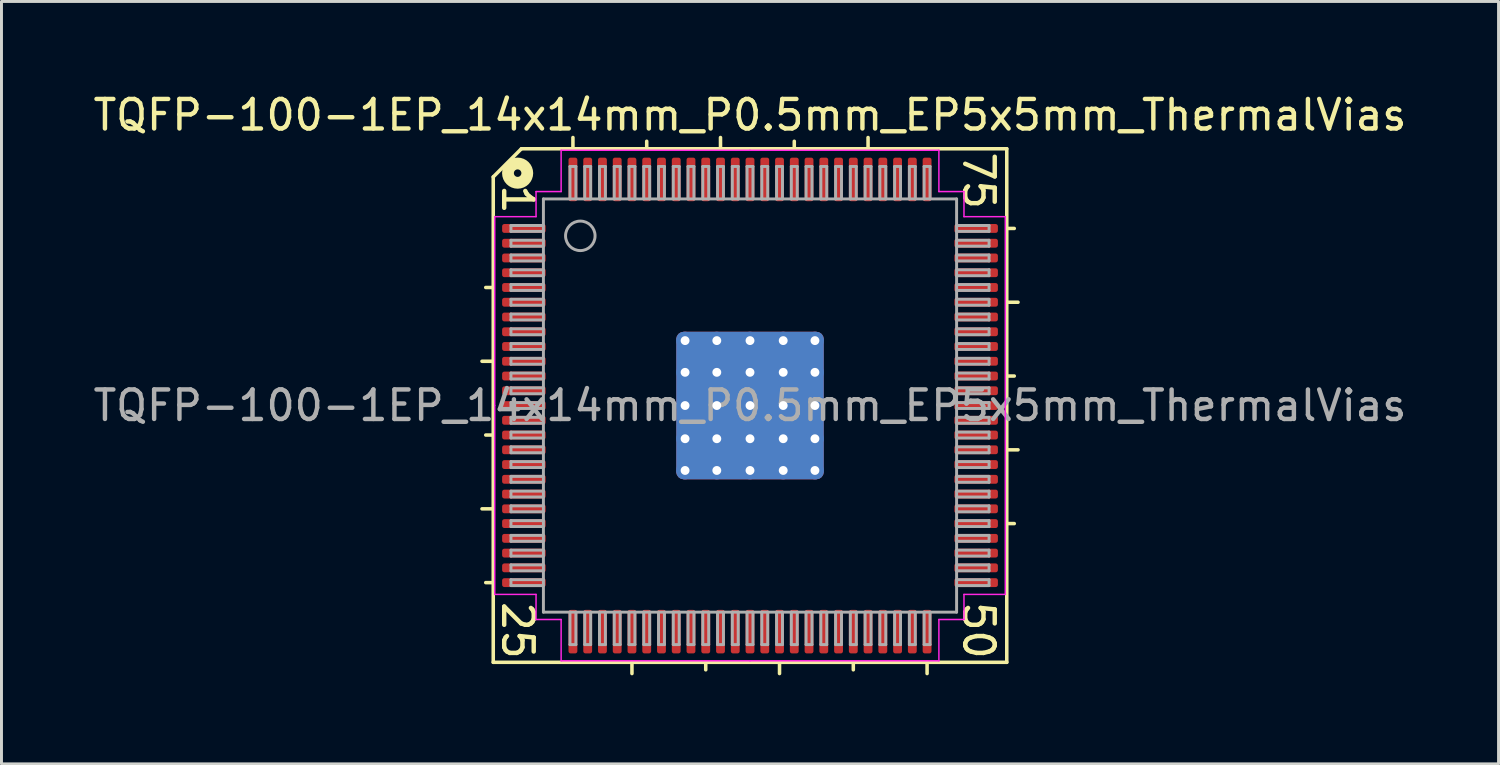
<source format=kicad_pcb>
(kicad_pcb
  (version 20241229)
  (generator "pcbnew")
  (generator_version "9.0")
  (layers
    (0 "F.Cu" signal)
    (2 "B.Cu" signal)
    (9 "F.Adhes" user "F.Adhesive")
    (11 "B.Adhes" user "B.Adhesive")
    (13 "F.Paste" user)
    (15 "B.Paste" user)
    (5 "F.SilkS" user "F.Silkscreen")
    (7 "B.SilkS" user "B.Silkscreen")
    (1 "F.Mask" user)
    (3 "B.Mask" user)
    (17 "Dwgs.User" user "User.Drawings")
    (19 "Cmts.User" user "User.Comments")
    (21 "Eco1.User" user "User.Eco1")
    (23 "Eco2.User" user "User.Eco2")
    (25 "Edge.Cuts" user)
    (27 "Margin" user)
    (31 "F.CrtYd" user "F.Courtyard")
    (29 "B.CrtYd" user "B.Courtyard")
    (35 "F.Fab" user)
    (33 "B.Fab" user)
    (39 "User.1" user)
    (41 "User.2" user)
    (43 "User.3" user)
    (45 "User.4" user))
  (footprint "TQFP-100-1EP_14x14mm_P0.5mm_EP5x5mm_ThermalVias"
    (layer "F.Cu")
    (at 22.363 10.691)
    (property "Reference" "TQFP-100-1EP_14x14mm_P0.5mm_EP5x5mm_ThermalVias" (at 0 -9.843 0) (layer "F.SilkS") (effects (font (size 1 1) (thickness 0.15))))
    (attr smd)
    (fp_line (start -8.7 -7.747) (end -8.7 8.7) (stroke (width 0.12) (type solid)) (layer "F.SilkS"))
    (fp_line (start -8.7 -4) (end -8.954 -4) (stroke (width 0.12) (type solid)) (layer "F.SilkS"))
    (fp_line (start -8.7 -1.5) (end -9.081 -1.5) (stroke (width 0.12) (type solid)) (layer "F.SilkS"))
    (fp_line (start -8.7 1) (end -8.954 1) (stroke (width 0.12) (type solid)) (layer "F.SilkS"))
    (fp_line (start -8.7 3.5) (end -9.081 3.5) (stroke (width 0.12) (type solid)) (layer "F.SilkS"))
    (fp_line (start -8.7 6) (end -8.954 6) (stroke (width 0.12) (type solid)) (layer "F.SilkS"))
    (fp_line (start -8.7 8.7) (end 8.7 8.7) (stroke (width 0.12) (type solid)) (layer "F.SilkS"))
    (fp_line (start -7.747 -8.7) (end -8.7 -7.747) (stroke (width 0.12) (type solid)) (layer "F.SilkS"))
    (fp_line (start -6 -8.7) (end -6 -9.081) (stroke (width 0.12) (type solid)) (layer "F.SilkS"))
    (fp_line (start -4 8.7) (end -4 9.081) (stroke (width 0.12) (type solid)) (layer "F.SilkS"))
    (fp_line (start -3.5 -8.7) (end -3.5 -8.954) (stroke (width 0.12) (type solid)) (layer "F.SilkS"))
    (fp_line (start -1.5 8.7) (end -1.5 8.954) (stroke (width 0.12) (type solid)) (layer "F.SilkS"))
    (fp_line (start -1 -8.7) (end -1 -9.081) (stroke (width 0.12) (type solid)) (layer "F.SilkS"))
    (fp_line (start 1 8.7) (end 1 9.081) (stroke (width 0.12) (type solid)) (layer "F.SilkS"))
    (fp_line (start 1.5 -8.7) (end 1.5 -8.954) (stroke (width 0.12) (type solid)) (layer "F.SilkS"))
    (fp_line (start 3.5 8.7) (end 3.5 8.954) (stroke (width 0.12) (type solid)) (layer "F.SilkS"))
    (fp_line (start 4 -8.7) (end 4 -9.081) (stroke (width 0.12) (type solid)) (layer "F.SilkS"))
    (fp_line (start 6 8.7) (end 6 9.081) (stroke (width 0.12) (type solid)) (layer "F.SilkS"))
    (fp_line (start 8.7 -8.7) (end -7.747 -8.7) (stroke (width 0.12) (type solid)) (layer "F.SilkS"))
    (fp_line (start 8.7 -6) (end 8.954 -6) (stroke (width 0.12) (type solid)) (layer "F.SilkS"))
    (fp_line (start 8.7 -3.5) (end 9.081 -3.5) (stroke (width 0.12) (type solid)) (layer "F.SilkS"))
    (fp_line (start 8.7 -1) (end 8.954 -1) (stroke (width 0.12) (type solid)) (layer "F.SilkS"))
    (fp_line (start 8.7 1.5) (end 9.081 1.5) (stroke (width 0.12) (type solid)) (layer "F.SilkS"))
    (fp_line (start 8.7 4) (end 8.954 4) (stroke (width 0.12) (type solid)) (layer "F.SilkS"))
    (fp_line (start 8.7 8.7) (end 8.7 -8.7) (stroke (width 0.12) (type solid)) (layer "F.SilkS"))
    (fp_circle (center -7.874 -7.874) (end -7.747 -7.874) (stroke (width 0.4) (type solid)) (fill no) (layer "F.SilkS"))
    (fp_line (start -8.65 -6.4) (end -8.65 0) (stroke (width 0.05) (type solid)) (layer "F.CrtYd"))
    (fp_line (start -8.65 6.4) (end -8.65 0) (stroke (width 0.05) (type solid)) (layer "F.CrtYd"))
    (fp_line (start -7.25 -7.25) (end -7.25 -6.4) (stroke (width 0.05) (type solid)) (layer "F.CrtYd"))
    (fp_line (start -7.25 -6.4) (end -8.65 -6.4) (stroke (width 0.05) (type solid)) (layer "F.CrtYd"))
    (fp_line (start -7.25 6.4) (end -8.65 6.4) (stroke (width 0.05) (type solid)) (layer "F.CrtYd"))
    (fp_line (start -7.25 7.25) (end -7.25 6.4) (stroke (width 0.05) (type solid)) (layer "F.CrtYd"))
    (fp_line (start -6.4 -8.65) (end -6.4 -7.25) (stroke (width 0.05) (type solid)) (layer "F.CrtYd"))
    (fp_line (start -6.4 -7.25) (end -7.25 -7.25) (stroke (width 0.05) (type solid)) (layer "F.CrtYd"))
    (fp_line (start -6.4 7.25) (end -7.25 7.25) (stroke (width 0.05) (type solid)) (layer "F.CrtYd"))
    (fp_line (start -6.4 8.65) (end -6.4 7.25) (stroke (width 0.05) (type solid)) (layer "F.CrtYd"))
    (fp_line (start 0 -8.65) (end -6.4 -8.65) (stroke (width 0.05) (type solid)) (layer "F.CrtYd"))
    (fp_line (start 0 -8.65) (end 6.4 -8.65) (stroke (width 0.05) (type solid)) (layer "F.CrtYd"))
    (fp_line (start 0 8.65) (end -6.4 8.65) (stroke (width 0.05) (type solid)) (layer "F.CrtYd"))
    (fp_line (start 0 8.65) (end 6.4 8.65) (stroke (width 0.05) (type solid)) (layer "F.CrtYd"))
    (fp_line (start 6.4 -8.65) (end 6.4 -7.25) (stroke (width 0.05) (type solid)) (layer "F.CrtYd"))
    (fp_line (start 6.4 -7.25) (end 7.25 -7.25) (stroke (width 0.05) (type solid)) (layer "F.CrtYd"))
    (fp_line (start 6.4 7.25) (end 7.25 7.25) (stroke (width 0.05) (type solid)) (layer "F.CrtYd"))
    (fp_line (start 6.4 8.65) (end 6.4 7.25) (stroke (width 0.05) (type solid)) (layer "F.CrtYd"))
    (fp_line (start 7.25 -7.25) (end 7.25 -6.4) (stroke (width 0.05) (type solid)) (layer "F.CrtYd"))
    (fp_line (start 7.25 -6.4) (end 8.65 -6.4) (stroke (width 0.05) (type solid)) (layer "F.CrtYd"))
    (fp_line (start 7.25 6.4) (end 8.65 6.4) (stroke (width 0.05) (type solid)) (layer "F.CrtYd"))
    (fp_line (start 7.25 7.25) (end 7.25 6.4) (stroke (width 0.05) (type solid)) (layer "F.CrtYd"))
    (fp_line (start 8.65 -6.4) (end 8.65 0) (stroke (width 0.05) (type solid)) (layer "F.CrtYd"))
    (fp_line (start 8.65 6.4) (end 8.65 0) (stroke (width 0.05) (type solid)) (layer "F.CrtYd"))
    (fp_line (start -8.1 -6.1) (end -8.1 -5.9) (stroke (width 0.1) (type solid)) (layer "F.Fab"))
    (fp_line (start -8.1 -6.1) (end -7 -6.1) (stroke (width 0.1) (type solid)) (layer "F.Fab"))
    (fp_line (start -8.1 -5.9) (end -7 -5.9) (stroke (width 0.1) (type solid)) (layer "F.Fab"))
    (fp_line (start -8.1 -5.6) (end -8.1 -5.4) (stroke (width 0.1) (type solid)) (layer "F.Fab"))
    (fp_line (start -8.1 -5.6) (end -7 -5.6) (stroke (width 0.1) (type solid)) (layer "F.Fab"))
    (fp_line (start -8.1 -5.4) (end -7 -5.4) (stroke (width 0.1) (type solid)) (layer "F.Fab"))
    (fp_line (start -8.1 -5.1) (end -8.1 -4.9) (stroke (width 0.1) (type solid)) (layer "F.Fab"))
    (fp_line (start -8.1 -5.1) (end -7 -5.1) (stroke (width 0.1) (type solid)) (layer "F.Fab"))
    (fp_line (start -8.1 -4.9) (end -7 -4.9) (stroke (width 0.1) (type solid)) (layer "F.Fab"))
    (fp_line (start -8.1 -4.6) (end -8.1 -4.4) (stroke (width 0.1) (type solid)) (layer "F.Fab"))
    (fp_line (start -8.1 -4.6) (end -7 -4.6) (stroke (width 0.1) (type solid)) (layer "F.Fab"))
    (fp_line (start -8.1 -4.4) (end -7 -4.4) (stroke (width 0.1) (type solid)) (layer "F.Fab"))
    (fp_line (start -8.1 -4.1) (end -8.1 -3.9) (stroke (width 0.1) (type solid)) (layer "F.Fab"))
    (fp_line (start -8.1 -4.1) (end -7 -4.1) (stroke (width 0.1) (type solid)) (layer "F.Fab"))
    (fp_line (start -8.1 -3.9) (end -7 -3.9) (stroke (width 0.1) (type solid)) (layer "F.Fab"))
    (fp_line (start -8.1 -3.6) (end -8.1 -3.4) (stroke (width 0.1) (type solid)) (layer "F.Fab"))
    (fp_line (start -8.1 -3.6) (end -7 -3.6) (stroke (width 0.1) (type solid)) (layer "F.Fab"))
    (fp_line (start -8.1 -3.4) (end -7 -3.4) (stroke (width 0.1) (type solid)) (layer "F.Fab"))
    (fp_line (start -8.1 -3.1) (end -8.1 -2.9) (stroke (width 0.1) (type solid)) (layer "F.Fab"))
    (fp_line (start -8.1 -3.1) (end -7 -3.1) (stroke (width 0.1) (type solid)) (layer "F.Fab"))
    (fp_line (start -8.1 -2.9) (end -7 -2.9) (stroke (width 0.1) (type solid)) (layer "F.Fab"))
    (fp_line (start -8.1 -2.6) (end -8.1 -2.4) (stroke (width 0.1) (type solid)) (layer "F.Fab"))
    (fp_line (start -8.1 -2.6) (end -7 -2.6) (stroke (width 0.1) (type solid)) (layer "F.Fab"))
    (fp_line (start -8.1 -2.4) (end -7 -2.4) (stroke (width 0.1) (type solid)) (layer "F.Fab"))
    (fp_line (start -8.1 -2.1) (end -8.1 -1.9) (stroke (width 0.1) (type solid)) (layer "F.Fab"))
    (fp_line (start -8.1 -2.1) (end -7 -2.1) (stroke (width 0.1) (type solid)) (layer "F.Fab"))
    (fp_line (start -8.1 -1.9) (end -7 -1.9) (stroke (width 0.1) (type solid)) (layer "F.Fab"))
    (fp_line (start -8.1 -1.6) (end -8.1 -1.4) (stroke (width 0.1) (type solid)) (layer "F.Fab"))
    (fp_line (start -8.1 -1.6) (end -7 -1.6) (stroke (width 0.1) (type solid)) (layer "F.Fab"))
    (fp_line (start -8.1 -1.4) (end -7 -1.4) (stroke (width 0.1) (type solid)) (layer "F.Fab"))
    (fp_line (start -8.1 -1.1) (end -8.1 -0.9) (stroke (width 0.1) (type solid)) (layer "F.Fab"))
    (fp_line (start -8.1 -1.1) (end -7 -1.1) (stroke (width 0.1) (type solid)) (layer "F.Fab"))
    (fp_line (start -8.1 -0.9) (end -7 -0.9) (stroke (width 0.1) (type solid)) (layer "F.Fab"))
    (fp_line (start -8.1 -0.6) (end -8.1 -0.4) (stroke (width 0.1) (type solid)) (layer "F.Fab"))
    (fp_line (start -8.1 -0.6) (end -7 -0.6) (stroke (width 0.1) (type solid)) (layer "F.Fab"))
    (fp_line (start -8.1 -0.4) (end -7 -0.4) (stroke (width 0.1) (type solid)) (layer "F.Fab"))
    (fp_line (start -8.1 -0.1) (end -8.1 0.1) (stroke (width 0.1) (type solid)) (layer "F.Fab"))
    (fp_line (start -8.1 -0.1) (end -7 -0.1) (stroke (width 0.1) (type solid)) (layer "F.Fab"))
    (fp_line (start -8.1 0.1) (end -7 0.1) (stroke (width 0.1) (type solid)) (layer "F.Fab"))
    (fp_line (start -8.1 0.4) (end -8.1 0.6) (stroke (width 0.1) (type solid)) (layer "F.Fab"))
    (fp_line (start -8.1 0.4) (end -7 0.4) (stroke (width 0.1) (type solid)) (layer "F.Fab"))
    (fp_line (start -8.1 0.6) (end -7 0.6) (stroke (width 0.1) (type solid)) (layer "F.Fab"))
    (fp_line (start -8.1 0.9) (end -8.1 1.1) (stroke (width 0.1) (type solid)) (layer "F.Fab"))
    (fp_line (start -8.1 0.9) (end -7 0.9) (stroke (width 0.1) (type solid)) (layer "F.Fab"))
    (fp_line (start -8.1 1.1) (end -7 1.1) (stroke (width 0.1) (type solid)) (layer "F.Fab"))
    (fp_line (start -8.1 1.4) (end -8.1 1.6) (stroke (width 0.1) (type solid)) (layer "F.Fab"))
    (fp_line (start -8.1 1.4) (end -7 1.4) (stroke (width 0.1) (type solid)) (layer "F.Fab"))
    (fp_line (start -8.1 1.6) (end -7 1.6) (stroke (width 0.1) (type solid)) (layer "F.Fab"))
    (fp_line (start -8.1 1.9) (end -8.1 2.1) (stroke (width 0.1) (type solid)) (layer "F.Fab"))
    (fp_line (start -8.1 1.9) (end -7 1.9) (stroke (width 0.1) (type solid)) (layer "F.Fab"))
    (fp_line (start -8.1 2.1) (end -7 2.1) (stroke (width 0.1) (type solid)) (layer "F.Fab"))
    (fp_line (start -8.1 2.4) (end -8.1 2.6) (stroke (width 0.1) (type solid)) (layer "F.Fab"))
    (fp_line (start -8.1 2.4) (end -7 2.4) (stroke (width 0.1) (type solid)) (layer "F.Fab"))
    (fp_line (start -8.1 2.6) (end -7 2.6) (stroke (width 0.1) (type solid)) (layer "F.Fab"))
    (fp_line (start -8.1 2.9) (end -8.1 3.1) (stroke (width 0.1) (type solid)) (layer "F.Fab"))
    (fp_line (start -8.1 2.9) (end -7 2.9) (stroke (width 0.1) (type solid)) (layer "F.Fab"))
    (fp_line (start -8.1 3.1) (end -7 3.1) (stroke (width 0.1) (type solid)) (layer "F.Fab"))
    (fp_line (start -8.1 3.4) (end -8.1 3.6) (stroke (width 0.1) (type solid)) (layer "F.Fab"))
    (fp_line (start -8.1 3.4) (end -7 3.4) (stroke (width 0.1) (type solid)) (layer "F.Fab"))
    (fp_line (start -8.1 3.6) (end -7 3.6) (stroke (width 0.1) (type solid)) (layer "F.Fab"))
    (fp_line (start -8.1 3.9) (end -8.1 4.1) (stroke (width 0.1) (type solid)) (layer "F.Fab"))
    (fp_line (start -8.1 3.9) (end -7 3.9) (stroke (width 0.1) (type solid)) (layer "F.Fab"))
    (fp_line (start -8.1 4.1) (end -7 4.1) (stroke (width 0.1) (type solid)) (layer "F.Fab"))
    (fp_line (start -8.1 4.4) (end -8.1 4.6) (stroke (width 0.1) (type solid)) (layer "F.Fab"))
    (fp_line (start -8.1 4.4) (end -7 4.4) (stroke (width 0.1) (type solid)) (layer "F.Fab"))
    (fp_line (start -8.1 4.6) (end -7 4.6) (stroke (width 0.1) (type solid)) (layer "F.Fab"))
    (fp_line (start -8.1 4.9) (end -8.1 5.1) (stroke (width 0.1) (type solid)) (layer "F.Fab"))
    (fp_line (start -8.1 4.9) (end -7 4.9) (stroke (width 0.1) (type solid)) (layer "F.Fab"))
    (fp_line (start -8.1 5.1) (end -7 5.1) (stroke (width 0.1) (type solid)) (layer "F.Fab"))
    (fp_line (start -8.1 5.4) (end -8.1 5.6) (stroke (width 0.1) (type solid)) (layer "F.Fab"))
    (fp_line (start -8.1 5.4) (end -7 5.4) (stroke (width 0.1) (type solid)) (layer "F.Fab"))
    (fp_line (start -8.1 5.6) (end -7 5.6) (stroke (width 0.1) (type solid)) (layer "F.Fab"))
    (fp_line (start -8.1 5.9) (end -8.1 6.1) (stroke (width 0.1) (type solid)) (layer "F.Fab"))
    (fp_line (start -8.1 5.9) (end -7 5.9) (stroke (width 0.1) (type solid)) (layer "F.Fab"))
    (fp_line (start -8.1 6.1) (end -7 6.1) (stroke (width 0.1) (type solid)) (layer "F.Fab"))
    (fp_line (start -7 -7) (end 7 -7) (stroke (width 0.1) (type solid)) (layer "F.Fab"))
    (fp_line (start -7 7) (end -7 -7) (stroke (width 0.1) (type solid)) (layer "F.Fab"))
    (fp_line (start -6.1 -8.1) (end -6.1 -7) (stroke (width 0.1) (type solid)) (layer "F.Fab"))
    (fp_line (start -6.1 8.1) (end -6.1 7) (stroke (width 0.1) (type solid)) (layer "F.Fab"))
    (fp_line (start -6.1 8.1) (end -5.9 8.1) (stroke (width 0.1) (type solid)) (layer "F.Fab"))
    (fp_line (start -5.9 -8.1) (end -6.1 -8.1) (stroke (width 0.1) (type solid)) (layer "F.Fab"))
    (fp_line (start -5.9 -8.1) (end -5.9 -7) (stroke (width 0.1) (type solid)) (layer "F.Fab"))
    (fp_line (start -5.9 8.1) (end -5.9 7) (stroke (width 0.1) (type solid)) (layer "F.Fab"))
    (fp_line (start -5.6 -8.1) (end -5.6 -7) (stroke (width 0.1) (type solid)) (layer "F.Fab"))
    (fp_line (start -5.6 8.1) (end -5.6 7) (stroke (width 0.1) (type solid)) (layer "F.Fab"))
    (fp_line (start -5.6 8.1) (end -5.4 8.1) (stroke (width 0.1) (type solid)) (layer "F.Fab"))
    (fp_line (start -5.4 -8.1) (end -5.6 -8.1) (stroke (width 0.1) (type solid)) (layer "F.Fab"))
    (fp_line (start -5.4 -8.1) (end -5.4 -7) (stroke (width 0.1) (type solid)) (layer "F.Fab"))
    (fp_line (start -5.4 8.1) (end -5.4 7) (stroke (width 0.1) (type solid)) (layer "F.Fab"))
    (fp_line (start -5.1 -8.1) (end -5.1 -7) (stroke (width 0.1) (type solid)) (layer "F.Fab"))
    (fp_line (start -5.1 8.1) (end -5.1 7) (stroke (width 0.1) (type solid)) (layer "F.Fab"))
    (fp_line (start -5.1 8.1) (end -4.9 8.1) (stroke (width 0.1) (type solid)) (layer "F.Fab"))
    (fp_line (start -4.9 -8.1) (end -5.1 -8.1) (stroke (width 0.1) (type solid)) (layer "F.Fab"))
    (fp_line (start -4.9 -8.1) (end -4.9 -7) (stroke (width 0.1) (type solid)) (layer "F.Fab"))
    (fp_line (start -4.9 8.1) (end -4.9 7) (stroke (width 0.1) (type solid)) (layer "F.Fab"))
    (fp_line (start -4.6 -8.1) (end -4.6 -7) (stroke (width 0.1) (type solid)) (layer "F.Fab"))
    (fp_line (start -4.6 8.1) (end -4.6 7) (stroke (width 0.1) (type solid)) (layer "F.Fab"))
    (fp_line (start -4.6 8.1) (end -4.4 8.1) (stroke (width 0.1) (type solid)) (layer "F.Fab"))
    (fp_line (start -4.4 -8.1) (end -4.6 -8.1) (stroke (width 0.1) (type solid)) (layer "F.Fab"))
    (fp_line (start -4.4 -8.1) (end -4.4 -7) (stroke (width 0.1) (type solid)) (layer "F.Fab"))
    (fp_line (start -4.4 8.1) (end -4.4 7) (stroke (width 0.1) (type solid)) (layer "F.Fab"))
    (fp_line (start -4.1 -8.1) (end -4.1 -7) (stroke (width 0.1) (type solid)) (layer "F.Fab"))
    (fp_line (start -4.1 8.1) (end -4.1 7) (stroke (width 0.1) (type solid)) (layer "F.Fab"))
    (fp_line (start -4.1 8.1) (end -3.9 8.1) (stroke (width 0.1) (type solid)) (layer "F.Fab"))
    (fp_line (start -3.9 -8.1) (end -4.1 -8.1) (stroke (width 0.1) (type solid)) (layer "F.Fab"))
    (fp_line (start -3.9 -8.1) (end -3.9 -7) (stroke (width 0.1) (type solid)) (layer "F.Fab"))
    (fp_line (start -3.9 8.1) (end -3.9 7) (stroke (width 0.1) (type solid)) (layer "F.Fab"))
    (fp_line (start -3.6 -8.1) (end -3.6 -7) (stroke (width 0.1) (type solid)) (layer "F.Fab"))
    (fp_line (start -3.6 8.1) (end -3.6 7) (stroke (width 0.1) (type solid)) (layer "F.Fab"))
    (fp_line (start -3.6 8.1) (end -3.4 8.1) (stroke (width 0.1) (type solid)) (layer "F.Fab"))
    (fp_line (start -3.4 -8.1) (end -3.6 -8.1) (stroke (width 0.1) (type solid)) (layer "F.Fab"))
    (fp_line (start -3.4 -8.1) (end -3.4 -7) (stroke (width 0.1) (type solid)) (layer "F.Fab"))
    (fp_line (start -3.4 8.1) (end -3.4 7) (stroke (width 0.1) (type solid)) (layer "F.Fab"))
    (fp_line (start -3.1 -8.1) (end -3.1 -7) (stroke (width 0.1) (type solid)) (layer "F.Fab"))
    (fp_line (start -3.1 8.1) (end -3.1 7) (stroke (width 0.1) (type solid)) (layer "F.Fab"))
    (fp_line (start -3.1 8.1) (end -2.9 8.1) (stroke (width 0.1) (type solid)) (layer "F.Fab"))
    (fp_line (start -2.9 -8.1) (end -3.1 -8.1) (stroke (width 0.1) (type solid)) (layer "F.Fab"))
    (fp_line (start -2.9 -8.1) (end -2.9 -7) (stroke (width 0.1) (type solid)) (layer "F.Fab"))
    (fp_line (start -2.9 8.1) (end -2.9 7) (stroke (width 0.1) (type solid)) (layer "F.Fab"))
    (fp_line (start -2.6 -8.1) (end -2.6 -7) (stroke (width 0.1) (type solid)) (layer "F.Fab"))
    (fp_line (start -2.6 8.1) (end -2.6 7) (stroke (width 0.1) (type solid)) (layer "F.Fab"))
    (fp_line (start -2.6 8.1) (end -2.4 8.1) (stroke (width 0.1) (type solid)) (layer "F.Fab"))
    (fp_line (start -2.4 -8.1) (end -2.6 -8.1) (stroke (width 0.1) (type solid)) (layer "F.Fab"))
    (fp_line (start -2.4 -8.1) (end -2.4 -7) (stroke (width 0.1) (type solid)) (layer "F.Fab"))
    (fp_line (start -2.4 8.1) (end -2.4 7) (stroke (width 0.1) (type solid)) (layer "F.Fab"))
    (fp_line (start -2.1 -8.1) (end -2.1 -7) (stroke (width 0.1) (type solid)) (layer "F.Fab"))
    (fp_line (start -2.1 8.1) (end -2.1 7) (stroke (width 0.1) (type solid)) (layer "F.Fab"))
    (fp_line (start -2.1 8.1) (end -1.9 8.1) (stroke (width 0.1) (type solid)) (layer "F.Fab"))
    (fp_line (start -1.9 -8.1) (end -2.1 -8.1) (stroke (width 0.1) (type solid)) (layer "F.Fab"))
    (fp_line (start -1.9 -8.1) (end -1.9 -7) (stroke (width 0.1) (type solid)) (layer "F.Fab"))
    (fp_line (start -1.9 8.1) (end -1.9 7) (stroke (width 0.1) (type solid)) (layer "F.Fab"))
    (fp_line (start -1.6 -8.1) (end -1.6 -7) (stroke (width 0.1) (type solid)) (layer "F.Fab"))
    (fp_line (start -1.6 8.1) (end -1.6 7) (stroke (width 0.1) (type solid)) (layer "F.Fab"))
    (fp_line (start -1.6 8.1) (end -1.4 8.1) (stroke (width 0.1) (type solid)) (layer "F.Fab"))
    (fp_line (start -1.4 -8.1) (end -1.6 -8.1) (stroke (width 0.1) (type solid)) (layer "F.Fab"))
    (fp_line (start -1.4 -8.1) (end -1.4 -7) (stroke (width 0.1) (type solid)) (layer "F.Fab"))
    (fp_line (start -1.4 8.1) (end -1.4 7) (stroke (width 0.1) (type solid)) (layer "F.Fab"))
    (fp_line (start -1.1 -8.1) (end -1.1 -7) (stroke (width 0.1) (type solid)) (layer "F.Fab"))
    (fp_line (start -1.1 8.1) (end -1.1 7) (stroke (width 0.1) (type solid)) (layer "F.Fab"))
    (fp_line (start -1.1 8.1) (end -0.9 8.1) (stroke (width 0.1) (type solid)) (layer "F.Fab"))
    (fp_line (start -0.9 -8.1) (end -1.1 -8.1) (stroke (width 0.1) (type solid)) (layer "F.Fab"))
    (fp_line (start -0.9 -8.1) (end -0.9 -7) (stroke (width 0.1) (type solid)) (layer "F.Fab"))
    (fp_line (start -0.9 8.1) (end -0.9 7) (stroke (width 0.1) (type solid)) (layer "F.Fab"))
    (fp_line (start -0.6 -8.1) (end -0.6 -7) (stroke (width 0.1) (type solid)) (layer "F.Fab"))
    (fp_line (start -0.6 8.1) (end -0.6 7) (stroke (width 0.1) (type solid)) (layer "F.Fab"))
    (fp_line (start -0.6 8.1) (end -0.4 8.1) (stroke (width 0.1) (type solid)) (layer "F.Fab"))
    (fp_line (start -0.4 -8.1) (end -0.6 -8.1) (stroke (width 0.1) (type solid)) (layer "F.Fab"))
    (fp_line (start -0.4 -8.1) (end -0.4 -7) (stroke (width 0.1) (type solid)) (layer "F.Fab"))
    (fp_line (start -0.4 8.1) (end -0.4 7) (stroke (width 0.1) (type solid)) (layer "F.Fab"))
    (fp_line (start -0.1 -8.1) (end -0.1 -7) (stroke (width 0.1) (type solid)) (layer "F.Fab"))
    (fp_line (start -0.1 8.1) (end -0.1 7) (stroke (width 0.1) (type solid)) (layer "F.Fab"))
    (fp_line (start -0.1 8.1) (end 0.1 8.1) (stroke (width 0.1) (type solid)) (layer "F.Fab"))
    (fp_line (start 0.1 -8.1) (end -0.1 -8.1) (stroke (width 0.1) (type solid)) (layer "F.Fab"))
    (fp_line (start 0.1 -8.1) (end 0.1 -7) (stroke (width 0.1) (type solid)) (layer "F.Fab"))
    (fp_line (start 0.1 8.1) (end 0.1 7) (stroke (width 0.1) (type solid)) (layer "F.Fab"))
    (fp_line (start 0.4 -8.1) (end 0.4 -7) (stroke (width 0.1) (type solid)) (layer "F.Fab"))
    (fp_line (start 0.4 8.1) (end 0.4 7) (stroke (width 0.1) (type solid)) (layer "F.Fab"))
    (fp_line (start 0.4 8.1) (end 0.6 8.1) (stroke (width 0.1) (type solid)) (layer "F.Fab"))
    (fp_line (start 0.6 -8.1) (end 0.4 -8.1) (stroke (width 0.1) (type solid)) (layer "F.Fab"))
    (fp_line (start 0.6 -8.1) (end 0.6 -7) (stroke (width 0.1) (type solid)) (layer "F.Fab"))
    (fp_line (start 0.6 8.1) (end 0.6 7) (stroke (width 0.1) (type solid)) (layer "F.Fab"))
    (fp_line (start 0.9 -8.1) (end 0.9 -7) (stroke (width 0.1) (type solid)) (layer "F.Fab"))
    (fp_line (start 0.9 8.1) (end 0.9 7) (stroke (width 0.1) (type solid)) (layer "F.Fab"))
    (fp_line (start 0.9 8.1) (end 1.1 8.1) (stroke (width 0.1) (type solid)) (layer "F.Fab"))
    (fp_line (start 1.1 -8.1) (end 0.9 -8.1) (stroke (width 0.1) (type solid)) (layer "F.Fab"))
    (fp_line (start 1.1 -8.1) (end 1.1 -7) (stroke (width 0.1) (type solid)) (layer "F.Fab"))
    (fp_line (start 1.1 8.1) (end 1.1 7) (stroke (width 0.1) (type solid)) (layer "F.Fab"))
    (fp_line (start 1.4 -8.1) (end 1.4 -7) (stroke (width 0.1) (type solid)) (layer "F.Fab"))
    (fp_line (start 1.4 8.1) (end 1.4 7) (stroke (width 0.1) (type solid)) (layer "F.Fab"))
    (fp_line (start 1.4 8.1) (end 1.6 8.1) (stroke (width 0.1) (type solid)) (layer "F.Fab"))
    (fp_line (start 1.6 -8.1) (end 1.4 -8.1) (stroke (width 0.1) (type solid)) (layer "F.Fab"))
    (fp_line (start 1.6 -8.1) (end 1.6 -7) (stroke (width 0.1) (type solid)) (layer "F.Fab"))
    (fp_line (start 1.6 8.1) (end 1.6 7) (stroke (width 0.1) (type solid)) (layer "F.Fab"))
    (fp_line (start 1.9 -8.1) (end 1.9 -7) (stroke (width 0.1) (type solid)) (layer "F.Fab"))
    (fp_line (start 1.9 8.1) (end 1.9 7) (stroke (width 0.1) (type solid)) (layer "F.Fab"))
    (fp_line (start 1.9 8.1) (end 2.1 8.1) (stroke (width 0.1) (type solid)) (layer "F.Fab"))
    (fp_line (start 2.1 -8.1) (end 1.9 -8.1) (stroke (width 0.1) (type solid)) (layer "F.Fab"))
    (fp_line (start 2.1 -8.1) (end 2.1 -7) (stroke (width 0.1) (type solid)) (layer "F.Fab"))
    (fp_line (start 2.1 8.1) (end 2.1 7) (stroke (width 0.1) (type solid)) (layer "F.Fab"))
    (fp_line (start 2.4 -8.1) (end 2.4 -7) (stroke (width 0.1) (type solid)) (layer "F.Fab"))
    (fp_line (start 2.4 8.1) (end 2.4 7) (stroke (width 0.1) (type solid)) (layer "F.Fab"))
    (fp_line (start 2.4 8.1) (end 2.6 8.1) (stroke (width 0.1) (type solid)) (layer "F.Fab"))
    (fp_line (start 2.6 -8.1) (end 2.4 -8.1) (stroke (width 0.1) (type solid)) (layer "F.Fab"))
    (fp_line (start 2.6 -8.1) (end 2.6 -7) (stroke (width 0.1) (type solid)) (layer "F.Fab"))
    (fp_line (start 2.6 8.1) (end 2.6 7) (stroke (width 0.1) (type solid)) (layer "F.Fab"))
    (fp_line (start 2.9 -8.1) (end 2.9 -7) (stroke (width 0.1) (type solid)) (layer "F.Fab"))
    (fp_line (start 2.9 8.1) (end 2.9 7) (stroke (width 0.1) (type solid)) (layer "F.Fab"))
    (fp_line (start 2.9 8.1) (end 3.1 8.1) (stroke (width 0.1) (type solid)) (layer "F.Fab"))
    (fp_line (start 3.1 -8.1) (end 2.9 -8.1) (stroke (width 0.1) (type solid)) (layer "F.Fab"))
    (fp_line (start 3.1 -8.1) (end 3.1 -7) (stroke (width 0.1) (type solid)) (layer "F.Fab"))
    (fp_line (start 3.1 8.1) (end 3.1 7) (stroke (width 0.1) (type solid)) (layer "F.Fab"))
    (fp_line (start 3.4 -8.1) (end 3.4 -7) (stroke (width 0.1) (type solid)) (layer "F.Fab"))
    (fp_line (start 3.4 8.1) (end 3.4 7) (stroke (width 0.1) (type solid)) (layer "F.Fab"))
    (fp_line (start 3.4 8.1) (end 3.6 8.1) (stroke (width 0.1) (type solid)) (layer "F.Fab"))
    (fp_line (start 3.6 -8.1) (end 3.4 -8.1) (stroke (width 0.1) (type solid)) (layer "F.Fab"))
    (fp_line (start 3.6 -8.1) (end 3.6 -7) (stroke (width 0.1) (type solid)) (layer "F.Fab"))
    (fp_line (start 3.6 8.1) (end 3.6 7) (stroke (width 0.1) (type solid)) (layer "F.Fab"))
    (fp_line (start 3.9 -8.1) (end 3.9 -7) (stroke (width 0.1) (type solid)) (layer "F.Fab"))
    (fp_line (start 3.9 8.1) (end 3.9 7) (stroke (width 0.1) (type solid)) (layer "F.Fab"))
    (fp_line (start 3.9 8.1) (end 4.1 8.1) (stroke (width 0.1) (type solid)) (layer "F.Fab"))
    (fp_line (start 4.1 -8.1) (end 3.9 -8.1) (stroke (width 0.1) (type solid)) (layer "F.Fab"))
    (fp_line (start 4.1 -8.1) (end 4.1 -7) (stroke (width 0.1) (type solid)) (layer "F.Fab"))
    (fp_line (start 4.1 8.1) (end 4.1 7) (stroke (width 0.1) (type solid)) (layer "F.Fab"))
    (fp_line (start 4.4 -8.1) (end 4.4 -7) (stroke (width 0.1) (type solid)) (layer "F.Fab"))
    (fp_line (start 4.4 8.1) (end 4.4 7) (stroke (width 0.1) (type solid)) (layer "F.Fab"))
    (fp_line (start 4.4 8.1) (end 4.6 8.1) (stroke (width 0.1) (type solid)) (layer "F.Fab"))
    (fp_line (start 4.6 -8.1) (end 4.4 -8.1) (stroke (width 0.1) (type solid)) (layer "F.Fab"))
    (fp_line (start 4.6 -8.1) (end 4.6 -7) (stroke (width 0.1) (type solid)) (layer "F.Fab"))
    (fp_line (start 4.6 8.1) (end 4.6 7) (stroke (width 0.1) (type solid)) (layer "F.Fab"))
    (fp_line (start 4.9 -8.1) (end 4.9 -7) (stroke (width 0.1) (type solid)) (layer "F.Fab"))
    (fp_line (start 4.9 8.1) (end 4.9 7) (stroke (width 0.1) (type solid)) (layer "F.Fab"))
    (fp_line (start 4.9 8.1) (end 5.1 8.1) (stroke (width 0.1) (type solid)) (layer "F.Fab"))
    (fp_line (start 5.1 -8.1) (end 4.9 -8.1) (stroke (width 0.1) (type solid)) (layer "F.Fab"))
    (fp_line (start 5.1 -8.1) (end 5.1 -7) (stroke (width 0.1) (type solid)) (layer "F.Fab"))
    (fp_line (start 5.1 8.1) (end 5.1 7) (stroke (width 0.1) (type solid)) (layer "F.Fab"))
    (fp_line (start 5.4 -8.1) (end 5.4 -7) (stroke (width 0.1) (type solid)) (layer "F.Fab"))
    (fp_line (start 5.4 8.1) (end 5.4 7) (stroke (width 0.1) (type solid)) (layer "F.Fab"))
    (fp_line (start 5.4 8.1) (end 5.6 8.1) (stroke (width 0.1) (type solid)) (layer "F.Fab"))
    (fp_line (start 5.6 -8.1) (end 5.4 -8.1) (stroke (width 0.1) (type solid)) (layer "F.Fab"))
    (fp_line (start 5.6 -8.1) (end 5.6 -7) (stroke (width 0.1) (type solid)) (layer "F.Fab"))
    (fp_line (start 5.6 8.1) (end 5.6 7) (stroke (width 0.1) (type solid)) (layer "F.Fab"))
    (fp_line (start 5.9 -8.1) (end 5.9 -7) (stroke (width 0.1) (type solid)) (layer "F.Fab"))
    (fp_line (start 5.9 8.1) (end 5.9 7) (stroke (width 0.1) (type solid)) (layer "F.Fab"))
    (fp_line (start 5.9 8.1) (end 6.1 8.1) (stroke (width 0.1) (type solid)) (layer "F.Fab"))
    (fp_line (start 6.1 -8.1) (end 5.9 -8.1) (stroke (width 0.1) (type solid)) (layer "F.Fab"))
    (fp_line (start 6.1 -8.1) (end 6.1 -7) (stroke (width 0.1) (type solid)) (layer "F.Fab"))
    (fp_line (start 6.1 8.1) (end 6.1 7) (stroke (width 0.1) (type solid)) (layer "F.Fab"))
    (fp_line (start 7 -7) (end 7 7) (stroke (width 0.1) (type solid)) (layer "F.Fab"))
    (fp_line (start 7 7) (end -7 7) (stroke (width 0.1) (type solid)) (layer "F.Fab"))
    (fp_line (start 8.1 -6.1) (end 7 -6.1) (stroke (width 0.1) (type solid)) (layer "F.Fab"))
    (fp_line (start 8.1 -5.9) (end 7 -5.9) (stroke (width 0.1) (type solid)) (layer "F.Fab"))
    (fp_line (start 8.1 -5.9) (end 8.1 -6.1) (stroke (width 0.1) (type solid)) (layer "F.Fab"))
    (fp_line (start 8.1 -5.6) (end 7 -5.6) (stroke (width 0.1) (type solid)) (layer "F.Fab"))
    (fp_line (start 8.1 -5.4) (end 7 -5.4) (stroke (width 0.1) (type solid)) (layer "F.Fab"))
    (fp_line (start 8.1 -5.4) (end 8.1 -5.6) (stroke (width 0.1) (type solid)) (layer "F.Fab"))
    (fp_line (start 8.1 -5.1) (end 7 -5.1) (stroke (width 0.1) (type solid)) (layer "F.Fab"))
    (fp_line (start 8.1 -4.9) (end 7 -4.9) (stroke (width 0.1) (type solid)) (layer "F.Fab"))
    (fp_line (start 8.1 -4.9) (end 8.1 -5.1) (stroke (width 0.1) (type solid)) (layer "F.Fab"))
    (fp_line (start 8.1 -4.6) (end 7 -4.6) (stroke (width 0.1) (type solid)) (layer "F.Fab"))
    (fp_line (start 8.1 -4.4) (end 7 -4.4) (stroke (width 0.1) (type solid)) (layer "F.Fab"))
    (fp_line (start 8.1 -4.4) (end 8.1 -4.6) (stroke (width 0.1) (type solid)) (layer "F.Fab"))
    (fp_line (start 8.1 -4.1) (end 7 -4.1) (stroke (width 0.1) (type solid)) (layer "F.Fab"))
    (fp_line (start 8.1 -3.9) (end 7 -3.9) (stroke (width 0.1) (type solid)) (layer "F.Fab"))
    (fp_line (start 8.1 -3.9) (end 8.1 -4.1) (stroke (width 0.1) (type solid)) (layer "F.Fab"))
    (fp_line (start 8.1 -3.6) (end 7 -3.6) (stroke (width 0.1) (type solid)) (layer "F.Fab"))
    (fp_line (start 8.1 -3.4) (end 7 -3.4) (stroke (width 0.1) (type solid)) (layer "F.Fab"))
    (fp_line (start 8.1 -3.4) (end 8.1 -3.6) (stroke (width 0.1) (type solid)) (layer "F.Fab"))
    (fp_line (start 8.1 -3.1) (end 7 -3.1) (stroke (width 0.1) (type solid)) (layer "F.Fab"))
    (fp_line (start 8.1 -2.9) (end 7 -2.9) (stroke (width 0.1) (type solid)) (layer "F.Fab"))
    (fp_line (start 8.1 -2.9) (end 8.1 -3.1) (stroke (width 0.1) (type solid)) (layer "F.Fab"))
    (fp_line (start 8.1 -2.6) (end 7 -2.6) (stroke (width 0.1) (type solid)) (layer "F.Fab"))
    (fp_line (start 8.1 -2.4) (end 7 -2.4) (stroke (width 0.1) (type solid)) (layer "F.Fab"))
    (fp_line (start 8.1 -2.4) (end 8.1 -2.6) (stroke (width 0.1) (type solid)) (layer "F.Fab"))
    (fp_line (start 8.1 -2.1) (end 7 -2.1) (stroke (width 0.1) (type solid)) (layer "F.Fab"))
    (fp_line (start 8.1 -1.9) (end 7 -1.9) (stroke (width 0.1) (type solid)) (layer "F.Fab"))
    (fp_line (start 8.1 -1.9) (end 8.1 -2.1) (stroke (width 0.1) (type solid)) (layer "F.Fab"))
    (fp_line (start 8.1 -1.6) (end 7 -1.6) (stroke (width 0.1) (type solid)) (layer "F.Fab"))
    (fp_line (start 8.1 -1.4) (end 7 -1.4) (stroke (width 0.1) (type solid)) (layer "F.Fab"))
    (fp_line (start 8.1 -1.4) (end 8.1 -1.6) (stroke (width 0.1) (type solid)) (layer "F.Fab"))
    (fp_line (start 8.1 -1.1) (end 7 -1.1) (stroke (width 0.1) (type solid)) (layer "F.Fab"))
    (fp_line (start 8.1 -0.9) (end 7 -0.9) (stroke (width 0.1) (type solid)) (layer "F.Fab"))
    (fp_line (start 8.1 -0.9) (end 8.1 -1.1) (stroke (width 0.1) (type solid)) (layer "F.Fab"))
    (fp_line (start 8.1 -0.6) (end 7 -0.6) (stroke (width 0.1) (type solid)) (layer "F.Fab"))
    (fp_line (start 8.1 -0.4) (end 7 -0.4) (stroke (width 0.1) (type solid)) (layer "F.Fab"))
    (fp_line (start 8.1 -0.4) (end 8.1 -0.6) (stroke (width 0.1) (type solid)) (layer "F.Fab"))
    (fp_line (start 8.1 -0.1) (end 7 -0.1) (stroke (width 0.1) (type solid)) (layer "F.Fab"))
    (fp_line (start 8.1 0.1) (end 7 0.1) (stroke (width 0.1) (type solid)) (layer "F.Fab"))
    (fp_line (start 8.1 0.1) (end 8.1 -0.1) (stroke (width 0.1) (type solid)) (layer "F.Fab"))
    (fp_line (start 8.1 0.4) (end 7 0.4) (stroke (width 0.1) (type solid)) (layer "F.Fab"))
    (fp_line (start 8.1 0.6) (end 7 0.6) (stroke (width 0.1) (type solid)) (layer "F.Fab"))
    (fp_line (start 8.1 0.6) (end 8.1 0.4) (stroke (width 0.1) (type solid)) (layer "F.Fab"))
    (fp_line (start 8.1 0.9) (end 7 0.9) (stroke (width 0.1) (type solid)) (layer "F.Fab"))
    (fp_line (start 8.1 1.1) (end 7 1.1) (stroke (width 0.1) (type solid)) (layer "F.Fab"))
    (fp_line (start 8.1 1.1) (end 8.1 0.9) (stroke (width 0.1) (type solid)) (layer "F.Fab"))
    (fp_line (start 8.1 1.4) (end 7 1.4) (stroke (width 0.1) (type solid)) (layer "F.Fab"))
    (fp_line (start 8.1 1.6) (end 7 1.6) (stroke (width 0.1) (type solid)) (layer "F.Fab"))
    (fp_line (start 8.1 1.6) (end 8.1 1.4) (stroke (width 0.1) (type solid)) (layer "F.Fab"))
    (fp_line (start 8.1 1.9) (end 7 1.9) (stroke (width 0.1) (type solid)) (layer "F.Fab"))
    (fp_line (start 8.1 2.1) (end 7 2.1) (stroke (width 0.1) (type solid)) (layer "F.Fab"))
    (fp_line (start 8.1 2.1) (end 8.1 1.9) (stroke (width 0.1) (type solid)) (layer "F.Fab"))
    (fp_line (start 8.1 2.4) (end 7 2.4) (stroke (width 0.1) (type solid)) (layer "F.Fab"))
    (fp_line (start 8.1 2.6) (end 7 2.6) (stroke (width 0.1) (type solid)) (layer "F.Fab"))
    (fp_line (start 8.1 2.6) (end 8.1 2.4) (stroke (width 0.1) (type solid)) (layer "F.Fab"))
    (fp_line (start 8.1 2.9) (end 7 2.9) (stroke (width 0.1) (type solid)) (layer "F.Fab"))
    (fp_line (start 8.1 3.1) (end 7 3.1) (stroke (width 0.1) (type solid)) (layer "F.Fab"))
    (fp_line (start 8.1 3.1) (end 8.1 2.9) (stroke (width 0.1) (type solid)) (layer "F.Fab"))
    (fp_line (start 8.1 3.4) (end 7 3.4) (stroke (width 0.1) (type solid)) (layer "F.Fab"))
    (fp_line (start 8.1 3.6) (end 7 3.6) (stroke (width 0.1) (type solid)) (layer "F.Fab"))
    (fp_line (start 8.1 3.6) (end 8.1 3.4) (stroke (width 0.1) (type solid)) (layer "F.Fab"))
    (fp_line (start 8.1 3.9) (end 7 3.9) (stroke (width 0.1) (type solid)) (layer "F.Fab"))
    (fp_line (start 8.1 4.1) (end 7 4.1) (stroke (width 0.1) (type solid)) (layer "F.Fab"))
    (fp_line (start 8.1 4.1) (end 8.1 3.9) (stroke (width 0.1) (type solid)) (layer "F.Fab"))
    (fp_line (start 8.1 4.4) (end 7 4.4) (stroke (width 0.1) (type solid)) (layer "F.Fab"))
    (fp_line (start 8.1 4.6) (end 7 4.6) (stroke (width 0.1) (type solid)) (layer "F.Fab"))
    (fp_line (start 8.1 4.6) (end 8.1 4.4) (stroke (width 0.1) (type solid)) (layer "F.Fab"))
    (fp_line (start 8.1 4.9) (end 7 4.9) (stroke (width 0.1) (type solid)) (layer "F.Fab"))
    (fp_line (start 8.1 5.1) (end 7 5.1) (stroke (width 0.1) (type solid)) (layer "F.Fab"))
    (fp_line (start 8.1 5.1) (end 8.1 4.9) (stroke (width 0.1) (type solid)) (layer "F.Fab"))
    (fp_line (start 8.1 5.4) (end 7 5.4) (stroke (width 0.1) (type solid)) (layer "F.Fab"))
    (fp_line (start 8.1 5.6) (end 7 5.6) (stroke (width 0.1) (type solid)) (layer "F.Fab"))
    (fp_line (start 8.1 5.6) (end 8.1 5.4) (stroke (width 0.1) (type solid)) (layer "F.Fab"))
    (fp_line (start 8.1 5.9) (end 7 5.9) (stroke (width 0.1) (type solid)) (layer "F.Fab"))
    (fp_line (start 8.1 6.1) (end 7 6.1) (stroke (width 0.1) (type solid)) (layer "F.Fab"))
    (fp_line (start 8.1 6.1) (end 8.1 5.9) (stroke (width 0.1) (type solid)) (layer "F.Fab"))
    (fp_circle (center -5.75 -5.75) (end -5.25 -5.75) (stroke (width 0.1) (type solid)) (fill no) (layer "F.Fab"))
    (fp_text user "75" (at 7.747 -7.62 270) (unlocked yes) (layer "F.SilkS") (effects (font (size 1 1) (thickness 0.15))))
    (fp_text user "1" (at -7.874 -6.985 270) (unlocked yes) (layer "F.SilkS") (effects (font (size 1 1) (thickness 0.15))))
    (fp_text user "25" (at -7.874 7.62 270) (unlocked yes) (layer "F.SilkS") (effects (font (size 1 1) (thickness 0.15))))
    (fp_text user "50" (at 7.747 7.62 270) (unlocked yes) (layer "F.SilkS") (effects (font (size 1 1) (thickness 0.15))))
    (fp_text user "${REFERENCE}" (at 0 0 0) (layer "F.Fab") (effects (font (size 1 1) (thickness 0.15))))
    (pad "" smd custom (at -1.688 -1.688) (size 0.891 0.891) (layers "F.Paste") (options (anchor circle)) (primitives (gr_poly (pts (xy 0.387 -0.29) (xy 0.387 0.29) (xy 0.29 0.387) (xy -0.29 0.387) (xy -0.387 0.29) (xy -0.387 -0.29) (xy -0.29 -0.387) (xy 0.29 -0.387)) (width 0.234) (fill yes))))
    (pad "" smd custom (at -1.688 -0.562) (size 0.891 0.891) (layers "F.Paste") (options (anchor circle)) (primitives (gr_poly (pts (xy 0.387 -0.29) (xy 0.387 0.29) (xy 0.29 0.387) (xy -0.29 0.387) (xy -0.387 0.29) (xy -0.387 -0.29) (xy -0.29 -0.387) (xy 0.29 -0.387)) (width 0.234) (fill yes))))
    (pad "" smd custom (at -1.688 0.562) (size 0.891 0.891) (layers "F.Paste") (options (anchor circle)) (primitives (gr_poly (pts (xy 0.387 -0.29) (xy 0.387 0.29) (xy 0.29 0.387) (xy -0.29 0.387) (xy -0.387 0.29) (xy -0.387 -0.29) (xy -0.29 -0.387) (xy 0.29 -0.387)) (width 0.234) (fill yes))))
    (pad "" smd custom (at -1.688 1.688) (size 0.891 0.891) (layers "F.Paste") (options (anchor circle)) (primitives (gr_poly (pts (xy 0.387 -0.29) (xy 0.387 0.29) (xy 0.29 0.387) (xy -0.29 0.387) (xy -0.387 0.29) (xy -0.387 -0.29) (xy -0.29 -0.387) (xy 0.29 -0.387)) (width 0.234) (fill yes))))
    (pad "" smd custom (at -0.562 -1.688) (size 0.891 0.891) (layers "F.Paste") (options (anchor circle)) (primitives (gr_poly (pts (xy 0.387 -0.29) (xy 0.387 0.29) (xy 0.29 0.387) (xy -0.29 0.387) (xy -0.387 0.29) (xy -0.387 -0.29) (xy -0.29 -0.387) (xy 0.29 -0.387)) (width 0.234) (fill yes))))
    (pad "" smd custom (at -0.562 -0.562) (size 0.891 0.891) (layers "F.Paste") (options (anchor circle)) (primitives (gr_poly (pts (xy 0.387 -0.29) (xy 0.387 0.29) (xy 0.29 0.387) (xy -0.29 0.387) (xy -0.387 0.29) (xy -0.387 -0.29) (xy -0.29 -0.387) (xy 0.29 -0.387)) (width 0.234) (fill yes))))
    (pad "" smd custom (at -0.562 0.562) (size 0.891 0.891) (layers "F.Paste") (options (anchor circle)) (primitives (gr_poly (pts (xy 0.387 -0.29) (xy 0.387 0.29) (xy 0.29 0.387) (xy -0.29 0.387) (xy -0.387 0.29) (xy -0.387 -0.29) (xy -0.29 -0.387) (xy 0.29 -0.387)) (width 0.234) (fill yes))))
    (pad "" smd custom (at -0.562 1.688) (size 0.891 0.891) (layers "F.Paste") (options (anchor circle)) (primitives (gr_poly (pts (xy 0.387 -0.29) (xy 0.387 0.29) (xy 0.29 0.387) (xy -0.29 0.387) (xy -0.387 0.29) (xy -0.387 -0.29) (xy -0.29 -0.387) (xy 0.29 -0.387)) (width 0.234) (fill yes))))
    (pad "" smd custom (at 0.562 -1.688) (size 0.891 0.891) (layers "F.Paste") (options (anchor circle)) (primitives (gr_poly (pts (xy 0.387 -0.29) (xy 0.387 0.29) (xy 0.29 0.387) (xy -0.29 0.387) (xy -0.387 0.29) (xy -0.387 -0.29) (xy -0.29 -0.387) (xy 0.29 -0.387)) (width 0.234) (fill yes))))
    (pad "" smd custom (at 0.562 -0.562) (size 0.891 0.891) (layers "F.Paste") (options (anchor circle)) (primitives (gr_poly (pts (xy 0.387 -0.29) (xy 0.387 0.29) (xy 0.29 0.387) (xy -0.29 0.387) (xy -0.387 0.29) (xy -0.387 -0.29) (xy -0.29 -0.387) (xy 0.29 -0.387)) (width 0.234) (fill yes))))
    (pad "" smd custom (at 0.562 0.562) (size 0.891 0.891) (layers "F.Paste") (options (anchor circle)) (primitives (gr_poly (pts (xy 0.387 -0.29) (xy 0.387 0.29) (xy 0.29 0.387) (xy -0.29 0.387) (xy -0.387 0.29) (xy -0.387 -0.29) (xy -0.29 -0.387) (xy 0.29 -0.387)) (width 0.234) (fill yes))))
    (pad "" smd custom (at 0.562 1.688) (size 0.891 0.891) (layers "F.Paste") (options (anchor circle)) (primitives (gr_poly (pts (xy 0.387 -0.29) (xy 0.387 0.29) (xy 0.29 0.387) (xy -0.29 0.387) (xy -0.387 0.29) (xy -0.387 -0.29) (xy -0.29 -0.387) (xy 0.29 -0.387)) (width 0.234) (fill yes))))
    (pad "" smd custom (at 1.688 -1.688) (size 0.891 0.891) (layers "F.Paste") (options (anchor circle)) (primitives (gr_poly (pts (xy 0.387 -0.29) (xy 0.387 0.29) (xy 0.29 0.387) (xy -0.29 0.387) (xy -0.387 0.29) (xy -0.387 -0.29) (xy -0.29 -0.387) (xy 0.29 -0.387)) (width 0.234) (fill yes))))
    (pad "" smd custom (at 1.688 -0.562) (size 0.891 0.891) (layers "F.Paste") (options (anchor circle)) (primitives (gr_poly (pts (xy 0.387 -0.29) (xy 0.387 0.29) (xy 0.29 0.387) (xy -0.29 0.387) (xy -0.387 0.29) (xy -0.387 -0.29) (xy -0.29 -0.387) (xy 0.29 -0.387)) (width 0.234) (fill yes))))
    (pad "" smd custom (at 1.688 0.562) (size 0.891 0.891) (layers "F.Paste") (options (anchor circle)) (primitives (gr_poly (pts (xy 0.387 -0.29) (xy 0.387 0.29) (xy 0.29 0.387) (xy -0.29 0.387) (xy -0.387 0.29) (xy -0.387 -0.29) (xy -0.29 -0.387) (xy 0.29 -0.387)) (width 0.234) (fill yes))))
    (pad "" smd custom (at 1.688 1.688) (size 0.891 0.891) (layers "F.Paste") (options (anchor circle)) (primitives (gr_poly (pts (xy 0.387 -0.29) (xy 0.387 0.29) (xy 0.29 0.387) (xy -0.29 0.387) (xy -0.387 0.29) (xy -0.387 -0.29) (xy -0.29 -0.387) (xy 0.29 -0.387)) (width 0.234) (fill yes))))
    (pad "1" smd roundrect (at -7.662 -6) (size 1.475 0.3) (layers "F.Cu" "F.Mask" "F.Paste") (roundrect_rratio 0.25))
    (pad "2" smd roundrect (at -7.662 -5.5) (size 1.475 0.3) (layers "F.Cu" "F.Mask" "F.Paste") (roundrect_rratio 0.25))
    (pad "3" smd roundrect (at -7.662 -5) (size 1.475 0.3) (layers "F.Cu" "F.Mask" "F.Paste") (roundrect_rratio 0.25))
    (pad "4" smd roundrect (at -7.662 -4.5) (size 1.475 0.3) (layers "F.Cu" "F.Mask" "F.Paste") (roundrect_rratio 0.25))
    (pad "5" smd roundrect (at -7.662 -4) (size 1.475 0.3) (layers "F.Cu" "F.Mask" "F.Paste") (roundrect_rratio 0.25))
    (pad "6" smd roundrect (at -7.662 -3.5) (size 1.475 0.3) (layers "F.Cu" "F.Mask" "F.Paste") (roundrect_rratio 0.25))
    (pad "7" smd roundrect (at -7.662 -3) (size 1.475 0.3) (layers "F.Cu" "F.Mask" "F.Paste") (roundrect_rratio 0.25))
    (pad "8" smd roundrect (at -7.662 -2.5) (size 1.475 0.3) (layers "F.Cu" "F.Mask" "F.Paste") (roundrect_rratio 0.25))
    (pad "9" smd roundrect (at -7.662 -2) (size 1.475 0.3) (layers "F.Cu" "F.Mask" "F.Paste") (roundrect_rratio 0.25))
    (pad "10" smd roundrect (at -7.662 -1.5) (size 1.475 0.3) (layers "F.Cu" "F.Mask" "F.Paste") (roundrect_rratio 0.25))
    (pad "11" smd roundrect (at -7.662 -1) (size 1.475 0.3) (layers "F.Cu" "F.Mask" "F.Paste") (roundrect_rratio 0.25))
    (pad "12" smd roundrect (at -7.662 -0.5) (size 1.475 0.3) (layers "F.Cu" "F.Mask" "F.Paste") (roundrect_rratio 0.25))
    (pad "13" smd roundrect (at -7.662 0) (size 1.475 0.3) (layers "F.Cu" "F.Mask" "F.Paste") (roundrect_rratio 0.25))
    (pad "14" smd roundrect (at -7.662 0.5) (size 1.475 0.3) (layers "F.Cu" "F.Mask" "F.Paste") (roundrect_rratio 0.25))
    (pad "15" smd roundrect (at -7.662 1) (size 1.475 0.3) (layers "F.Cu" "F.Mask" "F.Paste") (roundrect_rratio 0.25))
    (pad "16" smd roundrect (at -7.662 1.5) (size 1.475 0.3) (layers "F.Cu" "F.Mask" "F.Paste") (roundrect_rratio 0.25))
    (pad "17" smd roundrect (at -7.662 2) (size 1.475 0.3) (layers "F.Cu" "F.Mask" "F.Paste") (roundrect_rratio 0.25))
    (pad "18" smd roundrect (at -7.662 2.5) (size 1.475 0.3) (layers "F.Cu" "F.Mask" "F.Paste") (roundrect_rratio 0.25))
    (pad "19" smd roundrect (at -7.662 3) (size 1.475 0.3) (layers "F.Cu" "F.Mask" "F.Paste") (roundrect_rratio 0.25))
    (pad "20" smd roundrect (at -7.662 3.5) (size 1.475 0.3) (layers "F.Cu" "F.Mask" "F.Paste") (roundrect_rratio 0.25))
    (pad "21" smd roundrect (at -7.662 4) (size 1.475 0.3) (layers "F.Cu" "F.Mask" "F.Paste") (roundrect_rratio 0.25))
    (pad "22" smd roundrect (at -7.662 4.5) (size 1.475 0.3) (layers "F.Cu" "F.Mask" "F.Paste") (roundrect_rratio 0.25))
    (pad "23" smd roundrect (at -7.662 5) (size 1.475 0.3) (layers "F.Cu" "F.Mask" "F.Paste") (roundrect_rratio 0.25))
    (pad "24" smd roundrect (at -7.662 5.5) (size 1.475 0.3) (layers "F.Cu" "F.Mask" "F.Paste") (roundrect_rratio 0.25))
    (pad "25" smd roundrect (at -7.662 6) (size 1.475 0.3) (layers "F.Cu" "F.Mask" "F.Paste") (roundrect_rratio 0.25))
    (pad "26" smd roundrect (at -6 7.662) (size 0.3 1.475) (layers "F.Cu" "F.Mask" "F.Paste") (roundrect_rratio 0.25))
    (pad "27" smd roundrect (at -5.5 7.662) (size 0.3 1.475) (layers "F.Cu" "F.Mask" "F.Paste") (roundrect_rratio 0.25))
    (pad "28" smd roundrect (at -5 7.662) (size 0.3 1.475) (layers "F.Cu" "F.Mask" "F.Paste") (roundrect_rratio 0.25))
    (pad "29" smd roundrect (at -4.5 7.662) (size 0.3 1.475) (layers "F.Cu" "F.Mask" "F.Paste") (roundrect_rratio 0.25))
    (pad "30" smd roundrect (at -4 7.662) (size 0.3 1.475) (layers "F.Cu" "F.Mask" "F.Paste") (roundrect_rratio 0.25))
    (pad "31" smd roundrect (at -3.5 7.662) (size 0.3 1.475) (layers "F.Cu" "F.Mask" "F.Paste") (roundrect_rratio 0.25))
    (pad "32" smd roundrect (at -3 7.662) (size 0.3 1.475) (layers "F.Cu" "F.Mask" "F.Paste") (roundrect_rratio 0.25))
    (pad "33" smd roundrect (at -2.5 7.662) (size 0.3 1.475) (layers "F.Cu" "F.Mask" "F.Paste") (roundrect_rratio 0.25))
    (pad "34" smd roundrect (at -2 7.662) (size 0.3 1.475) (layers "F.Cu" "F.Mask" "F.Paste") (roundrect_rratio 0.25))
    (pad "35" smd roundrect (at -1.5 7.662) (size 0.3 1.475) (layers "F.Cu" "F.Mask" "F.Paste") (roundrect_rratio 0.25))
    (pad "36" smd roundrect (at -1 7.662) (size 0.3 1.475) (layers "F.Cu" "F.Mask" "F.Paste") (roundrect_rratio 0.25))
    (pad "37" smd roundrect (at -0.5 7.662) (size 0.3 1.475) (layers "F.Cu" "F.Mask" "F.Paste") (roundrect_rratio 0.25))
    (pad "38" smd roundrect (at 0 7.662) (size 0.3 1.475) (layers "F.Cu" "F.Mask" "F.Paste") (roundrect_rratio 0.25))
    (pad "39" smd roundrect (at 0.5 7.662) (size 0.3 1.475) (layers "F.Cu" "F.Mask" "F.Paste") (roundrect_rratio 0.25))
    (pad "40" smd roundrect (at 1 7.662) (size 0.3 1.475) (layers "F.Cu" "F.Mask" "F.Paste") (roundrect_rratio 0.25))
    (pad "41" smd roundrect (at 1.5 7.662) (size 0.3 1.475) (layers "F.Cu" "F.Mask" "F.Paste") (roundrect_rratio 0.25))
    (pad "42" smd roundrect (at 2 7.662) (size 0.3 1.475) (layers "F.Cu" "F.Mask" "F.Paste") (roundrect_rratio 0.25))
    (pad "43" smd roundrect (at 2.5 7.662) (size 0.3 1.475) (layers "F.Cu" "F.Mask" "F.Paste") (roundrect_rratio 0.25))
    (pad "44" smd roundrect (at 3 7.662) (size 0.3 1.475) (layers "F.Cu" "F.Mask" "F.Paste") (roundrect_rratio 0.25))
    (pad "45" smd roundrect (at 3.5 7.662) (size 0.3 1.475) (layers "F.Cu" "F.Mask" "F.Paste") (roundrect_rratio 0.25))
    (pad "46" smd roundrect (at 4 7.662) (size 0.3 1.475) (layers "F.Cu" "F.Mask" "F.Paste") (roundrect_rratio 0.25))
    (pad "47" smd roundrect (at 4.5 7.662) (size 0.3 1.475) (layers "F.Cu" "F.Mask" "F.Paste") (roundrect_rratio 0.25))
    (pad "48" smd roundrect (at 5 7.662) (size 0.3 1.475) (layers "F.Cu" "F.Mask" "F.Paste") (roundrect_rratio 0.25))
    (pad "49" smd roundrect (at 5.5 7.662) (size 0.3 1.475) (layers "F.Cu" "F.Mask" "F.Paste") (roundrect_rratio 0.25))
    (pad "50" smd roundrect (at 6 7.662) (size 0.3 1.475) (layers "F.Cu" "F.Mask" "F.Paste") (roundrect_rratio 0.25))
    (pad "51" smd roundrect (at 7.662 6) (size 1.475 0.3) (layers "F.Cu" "F.Mask" "F.Paste") (roundrect_rratio 0.25))
    (pad "52" smd roundrect (at 7.662 5.5) (size 1.475 0.3) (layers "F.Cu" "F.Mask" "F.Paste") (roundrect_rratio 0.25))
    (pad "53" smd roundrect (at 7.662 5) (size 1.475 0.3) (layers "F.Cu" "F.Mask" "F.Paste") (roundrect_rratio 0.25))
    (pad "54" smd roundrect (at 7.662 4.5) (size 1.475 0.3) (layers "F.Cu" "F.Mask" "F.Paste") (roundrect_rratio 0.25))
    (pad "55" smd roundrect (at 7.662 4) (size 1.475 0.3) (layers "F.Cu" "F.Mask" "F.Paste") (roundrect_rratio 0.25))
    (pad "56" smd roundrect (at 7.662 3.5) (size 1.475 0.3) (layers "F.Cu" "F.Mask" "F.Paste") (roundrect_rratio 0.25))
    (pad "57" smd roundrect (at 7.662 3) (size 1.475 0.3) (layers "F.Cu" "F.Mask" "F.Paste") (roundrect_rratio 0.25))
    (pad "58" smd roundrect (at 7.662 2.5) (size 1.475 0.3) (layers "F.Cu" "F.Mask" "F.Paste") (roundrect_rratio 0.25))
    (pad "59" smd roundrect (at 7.662 2) (size 1.475 0.3) (layers "F.Cu" "F.Mask" "F.Paste") (roundrect_rratio 0.25))
    (pad "60" smd roundrect (at 7.662 1.5) (size 1.475 0.3) (layers "F.Cu" "F.Mask" "F.Paste") (roundrect_rratio 0.25))
    (pad "61" smd roundrect (at 7.662 1) (size 1.475 0.3) (layers "F.Cu" "F.Mask" "F.Paste") (roundrect_rratio 0.25))
    (pad "62" smd roundrect (at 7.662 0.5) (size 1.475 0.3) (layers "F.Cu" "F.Mask" "F.Paste") (roundrect_rratio 0.25))
    (pad "63" smd roundrect (at 7.662 0) (size 1.475 0.3) (layers "F.Cu" "F.Mask" "F.Paste") (roundrect_rratio 0.25))
    (pad "64" smd roundrect (at 7.662 -0.5) (size 1.475 0.3) (layers "F.Cu" "F.Mask" "F.Paste") (roundrect_rratio 0.25))
    (pad "65" smd roundrect (at 7.662 -1) (size 1.475 0.3) (layers "F.Cu" "F.Mask" "F.Paste") (roundrect_rratio 0.25))
    (pad "66" smd roundrect (at 7.662 -1.5) (size 1.475 0.3) (layers "F.Cu" "F.Mask" "F.Paste") (roundrect_rratio 0.25))
    (pad "67" smd roundrect (at 7.662 -2) (size 1.475 0.3) (layers "F.Cu" "F.Mask" "F.Paste") (roundrect_rratio 0.25))
    (pad "68" smd roundrect (at 7.662 -2.5) (size 1.475 0.3) (layers "F.Cu" "F.Mask" "F.Paste") (roundrect_rratio 0.25))
    (pad "69" smd roundrect (at 7.662 -3) (size 1.475 0.3) (layers "F.Cu" "F.Mask" "F.Paste") (roundrect_rratio 0.25))
    (pad "70" smd roundrect (at 7.662 -3.5) (size 1.475 0.3) (layers "F.Cu" "F.Mask" "F.Paste") (roundrect_rratio 0.25))
    (pad "71" smd roundrect (at 7.662 -4) (size 1.475 0.3) (layers "F.Cu" "F.Mask" "F.Paste") (roundrect_rratio 0.25))
    (pad "72" smd roundrect (at 7.662 -4.5) (size 1.475 0.3) (layers "F.Cu" "F.Mask" "F.Paste") (roundrect_rratio 0.25))
    (pad "73" smd roundrect (at 7.662 -5) (size 1.475 0.3) (layers "F.Cu" "F.Mask" "F.Paste") (roundrect_rratio 0.25))
    (pad "74" smd roundrect (at 7.662 -5.5) (size 1.475 0.3) (layers "F.Cu" "F.Mask" "F.Paste") (roundrect_rratio 0.25))
    (pad "75" smd roundrect (at 7.662 -6) (size 1.475 0.3) (layers "F.Cu" "F.Mask" "F.Paste") (roundrect_rratio 0.25))
    (pad "76" smd roundrect (at 6 -7.662) (size 0.3 1.475) (layers "F.Cu" "F.Mask" "F.Paste") (roundrect_rratio 0.25))
    (pad "77" smd roundrect (at 5.5 -7.662) (size 0.3 1.475) (layers "F.Cu" "F.Mask" "F.Paste") (roundrect_rratio 0.25))
    (pad "78" smd roundrect (at 5 -7.662) (size 0.3 1.475) (layers "F.Cu" "F.Mask" "F.Paste") (roundrect_rratio 0.25))
    (pad "79" smd roundrect (at 4.5 -7.662) (size 0.3 1.475) (layers "F.Cu" "F.Mask" "F.Paste") (roundrect_rratio 0.25))
    (pad "80" smd roundrect (at 4 -7.662) (size 0.3 1.475) (layers "F.Cu" "F.Mask" "F.Paste") (roundrect_rratio 0.25))
    (pad "81" smd roundrect (at 3.5 -7.662) (size 0.3 1.475) (layers "F.Cu" "F.Mask" "F.Paste") (roundrect_rratio 0.25))
    (pad "82" smd roundrect (at 3 -7.662) (size 0.3 1.475) (layers "F.Cu" "F.Mask" "F.Paste") (roundrect_rratio 0.25))
    (pad "83" smd roundrect (at 2.5 -7.662) (size 0.3 1.475) (layers "F.Cu" "F.Mask" "F.Paste") (roundrect_rratio 0.25))
    (pad "84" smd roundrect (at 2 -7.662) (size 0.3 1.475) (layers "F.Cu" "F.Mask" "F.Paste") (roundrect_rratio 0.25))
    (pad "85" smd roundrect (at 1.5 -7.662) (size 0.3 1.475) (layers "F.Cu" "F.Mask" "F.Paste") (roundrect_rratio 0.25))
    (pad "86" smd roundrect (at 1 -7.662) (size 0.3 1.475) (layers "F.Cu" "F.Mask" "F.Paste") (roundrect_rratio 0.25))
    (pad "87" smd roundrect (at 0.5 -7.662) (size 0.3 1.475) (layers "F.Cu" "F.Mask" "F.Paste") (roundrect_rratio 0.25))
    (pad "88" smd roundrect (at 0 -7.662) (size 0.3 1.475) (layers "F.Cu" "F.Mask" "F.Paste") (roundrect_rratio 0.25))
    (pad "89" smd roundrect (at -0.5 -7.662) (size 0.3 1.475) (layers "F.Cu" "F.Mask" "F.Paste") (roundrect_rratio 0.25))
    (pad "90" smd roundrect (at -1 -7.662) (size 0.3 1.475) (layers "F.Cu" "F.Mask" "F.Paste") (roundrect_rratio 0.25))
    (pad "91" smd roundrect (at -1.5 -7.662) (size 0.3 1.475) (layers "F.Cu" "F.Mask" "F.Paste") (roundrect_rratio 0.25))
    (pad "92" smd roundrect (at -2 -7.662) (size 0.3 1.475) (layers "F.Cu" "F.Mask" "F.Paste") (roundrect_rratio 0.25))
    (pad "93" smd roundrect (at -2.5 -7.662) (size 0.3 1.475) (layers "F.Cu" "F.Mask" "F.Paste") (roundrect_rratio 0.25))
    (pad "94" smd roundrect (at -3 -7.662) (size 0.3 1.475) (layers "F.Cu" "F.Mask" "F.Paste") (roundrect_rratio 0.25))
    (pad "95" smd roundrect (at -3.5 -7.662) (size 0.3 1.475) (layers "F.Cu" "F.Mask" "F.Paste") (roundrect_rratio 0.25))
    (pad "96" smd roundrect (at -4 -7.662) (size 0.3 1.475) (layers "F.Cu" "F.Mask" "F.Paste") (roundrect_rratio 0.25))
    (pad "97" smd roundrect (at -4.5 -7.662) (size 0.3 1.475) (layers "F.Cu" "F.Mask" "F.Paste") (roundrect_rratio 0.25))
    (pad "98" smd roundrect (at -5 -7.662) (size 0.3 1.475) (layers "F.Cu" "F.Mask" "F.Paste") (roundrect_rratio 0.25))
    (pad "99" smd roundrect (at -5.5 -7.662) (size 0.3 1.475) (layers "F.Cu" "F.Mask" "F.Paste") (roundrect_rratio 0.25))
    (pad "100" smd roundrect (at -6 -7.662) (size 0.3 1.475) (layers "F.Cu" "F.Mask" "F.Paste") (roundrect_rratio 0.25))
    (pad "101" thru_hole circle (at -2.2 -2.2) (size 0.6 0.6) (drill 0.3) (property pad_prop_heatsink) (layers "*.Cu"))
    (pad "101" thru_hole circle (at -2.2 -1.125) (size 0.6 0.6) (drill 0.3) (property pad_prop_heatsink) (layers "*.Cu"))
    (pad "101" thru_hole circle (at -2.2 0) (size 0.6 0.6) (drill 0.3) (property pad_prop_heatsink) (layers "*.Cu"))
    (pad "101" thru_hole circle (at -2.2 1.125) (size 0.6 0.6) (drill 0.3) (property pad_prop_heatsink) (layers "*.Cu"))
    (pad "101" thru_hole circle (at -2.2 2.2) (size 0.6 0.6) (drill 0.3) (property pad_prop_heatsink) (layers "*.Cu"))
    (pad "101" thru_hole circle (at -1.125 -2.2) (size 0.6 0.6) (drill 0.3) (property pad_prop_heatsink) (layers "*.Cu"))
    (pad "101" thru_hole circle (at -1.125 -1.125) (size 0.6 0.6) (drill 0.3) (property pad_prop_heatsink) (layers "*.Cu"))
    (pad "101" thru_hole circle (at -1.125 0) (size 0.6 0.6) (drill 0.3) (property pad_prop_heatsink) (layers "*.Cu"))
    (pad "101" thru_hole circle (at -1.125 1.125) (size 0.6 0.6) (drill 0.3) (property pad_prop_heatsink) (layers "*.Cu"))
    (pad "101" thru_hole circle (at -1.125 2.2) (size 0.6 0.6) (drill 0.3) (property pad_prop_heatsink) (layers "*.Cu"))
    (pad "101" thru_hole circle (at 0 -2.2) (size 0.6 0.6) (drill 0.3) (property pad_prop_heatsink) (layers "*.Cu"))
    (pad "101" thru_hole circle (at 0 -1.125) (size 0.6 0.6) (drill 0.3) (property pad_prop_heatsink) (layers "*.Cu"))
    (pad "101" thru_hole circle (at 0 0) (size 0.6 0.6) (drill 0.3) (property pad_prop_heatsink) (layers "*.Cu"))
    (pad "101" smd roundrect (at 0 0) (size 5 5) (layers "F.Cu" "F.Mask") (roundrect_rratio 0.05))
    (pad "101" smd roundrect (at 0 0) (size 5 5) (layers "B.Cu" "B.Mask") (roundrect_rratio 0.05))
    (pad "101" thru_hole circle (at 0 1.125) (size 0.6 0.6) (drill 0.3) (property pad_prop_heatsink) (layers "*.Cu"))
    (pad "101" thru_hole circle (at 0 2.2) (size 0.6 0.6) (drill 0.3) (property pad_prop_heatsink) (layers "*.Cu"))
    (pad "101" thru_hole circle (at 1.125 -2.2) (size 0.6 0.6) (drill 0.3) (property pad_prop_heatsink) (layers "*.Cu"))
    (pad "101" thru_hole circle (at 1.125 -1.125) (size 0.6 0.6) (drill 0.3) (property pad_prop_heatsink) (layers "*.Cu"))
    (pad "101" thru_hole circle (at 1.125 0) (size 0.6 0.6) (drill 0.3) (property pad_prop_heatsink) (layers "*.Cu"))
    (pad "101" thru_hole circle (at 1.125 1.125) (size 0.6 0.6) (drill 0.3) (property pad_prop_heatsink) (layers "*.Cu"))
    (pad "101" thru_hole circle (at 1.125 2.2) (size 0.6 0.6) (drill 0.3) (property pad_prop_heatsink) (layers "*.Cu"))
    (pad "101" thru_hole circle (at 2.2 -2.2) (size 0.6 0.6) (drill 0.3) (property pad_prop_heatsink) (layers "*.Cu"))
    (pad "101" thru_hole circle (at 2.2 -1.125) (size 0.6 0.6) (drill 0.3) (property pad_prop_heatsink) (layers "*.Cu"))
    (pad "101" thru_hole circle (at 2.2 0) (size 0.6 0.6) (drill 0.3) (property pad_prop_heatsink) (layers "*.Cu"))
    (pad "101" thru_hole circle (at 2.2 1.125) (size 0.6 0.6) (drill 0.3) (property pad_prop_heatsink) (layers "*.Cu"))
    (pad "101" thru_hole circle (at 2.2 2.2) (size 0.6 0.6) (drill 0.3) (property pad_prop_heatsink) (layers "*.Cu")))
  (gr_rect
    (start -3 -3)
    (end 47.726 22.832)
    (stroke (width 0.1) (type default))
    (fill no)
    (layer "Edge.Cuts")))
</source>
